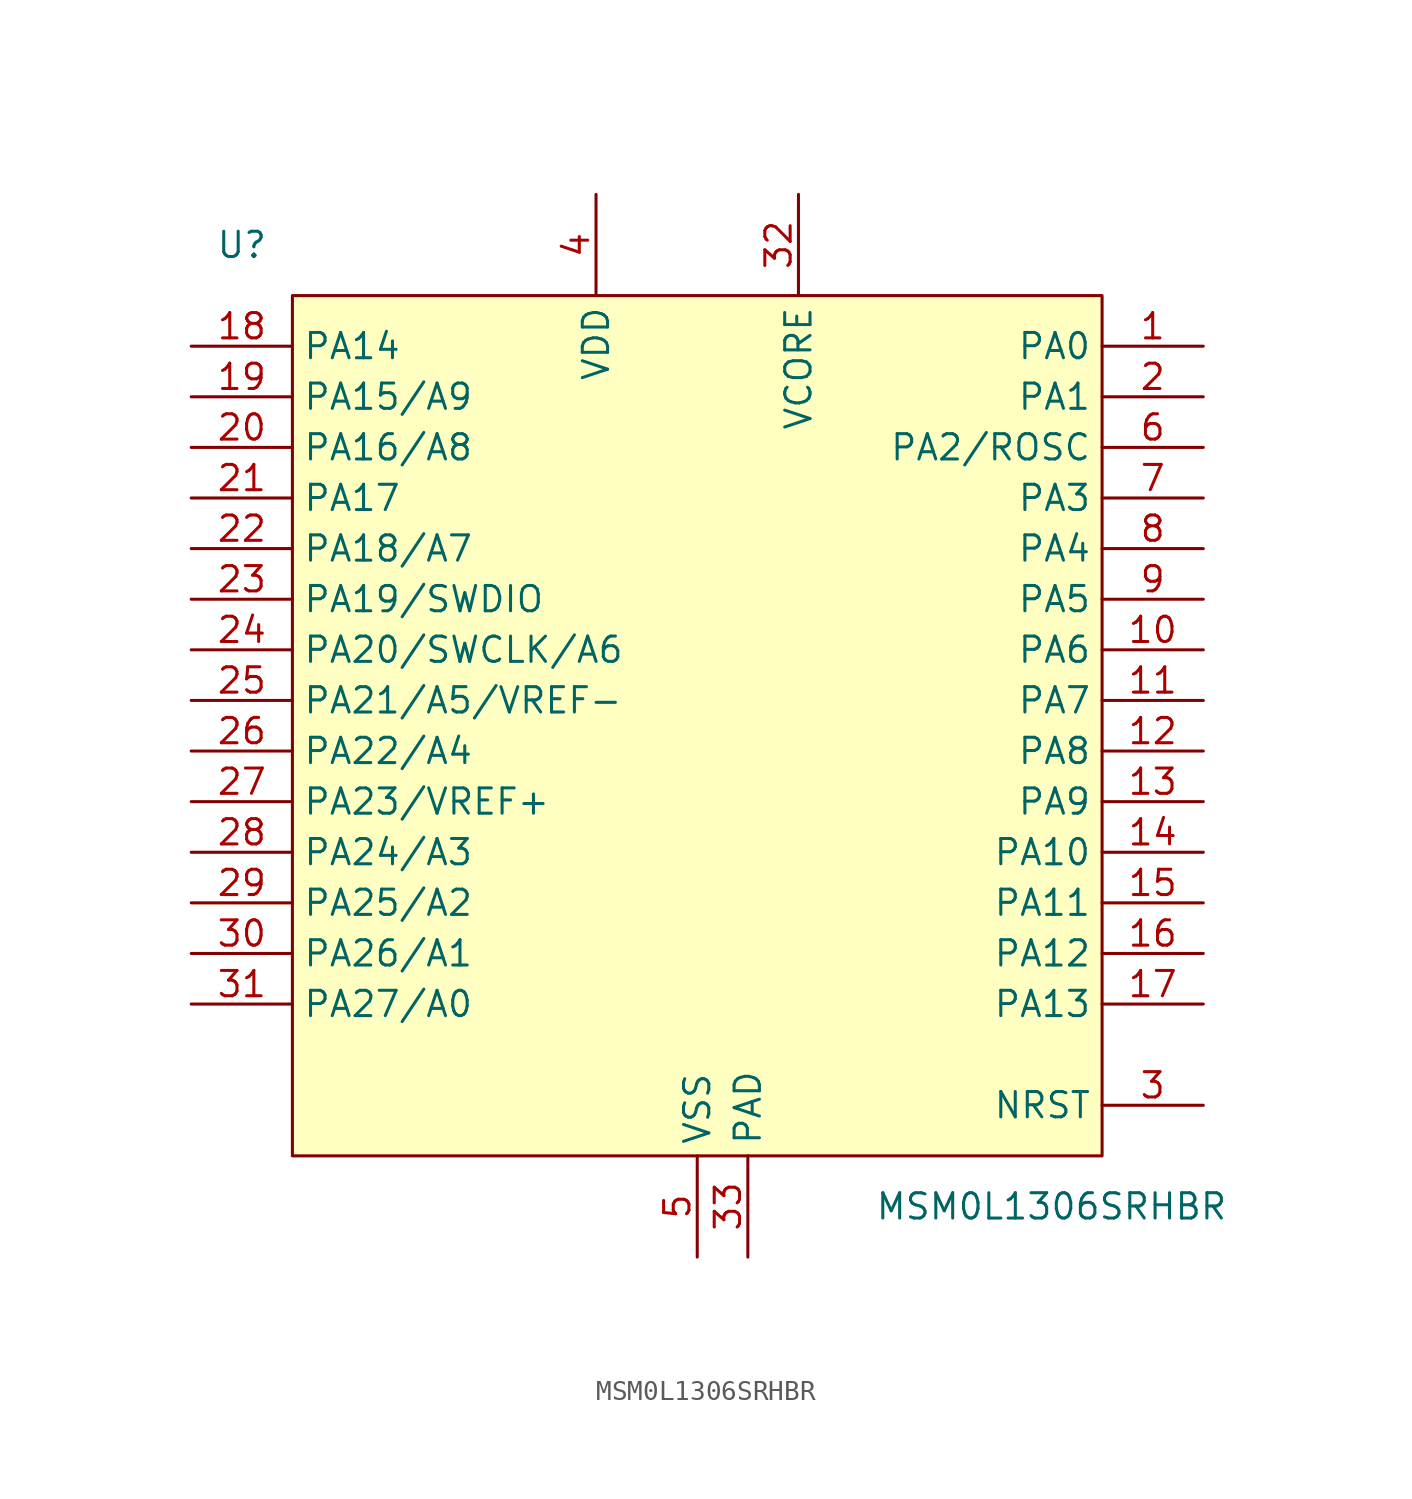
<source format=kicad_sym>
(kicad_symbol_lib
  (version 20220914)
  (generator kicad_symbol_editor)
  (symbol "MSM0L1306SRHBR"
    (property "Reference" "U"
      (at -22.86 25.4 0)
      (effects (font (size 1.27 1.27))))
    (property "Value" "MSM0L1306SRHBR"
      (at 17.78 -22.86 0)
      (effects (font (size 1.27 1.27))))
    (symbol "MSM0L1306SRHBR_0_1"
      (rectangle (start -20.32 22.86) (end 20.32 -20.32) (stroke (width 0) (type default)) (fill (type background))))
    (symbol "MSM0L1306SRHBR_1_1"
      (pin bidirectional line (at 25.4 20.32 180) (length 5.08) (name "PA0" (effects (font (size 1.27 1.27)))) (number "1" (effects (font (size 1.27 1.27)))))
      (pin bidirectional line (at 25.4 5.08 180) (length 5.08) (name "PA6" (effects (font (size 1.27 1.27)))) (number "10" (effects (font (size 1.27 1.27)))))
      (pin bidirectional line (at 25.4 2.54 180) (length 5.08) (name "PA7" (effects (font (size 1.27 1.27)))) (number "11" (effects (font (size 1.27 1.27)))))
      (pin bidirectional line (at 25.4 0 180) (length 5.08) (name "PA8" (effects (font (size 1.27 1.27)))) (number "12" (effects (font (size 1.27 1.27)))))
      (pin bidirectional line (at 25.4 -2.54 180) (length 5.08) (name "PA9" (effects (font (size 1.27 1.27)))) (number "13" (effects (font (size 1.27 1.27)))))
      (pin bidirectional line (at 25.4 -5.08 180) (length 5.08) (name "PA10" (effects (font (size 1.27 1.27)))) (number "14" (effects (font (size 1.27 1.27)))))
      (pin bidirectional line (at 25.4 -7.62 180) (length 5.08) (name "PA11" (effects (font (size 1.27 1.27)))) (number "15" (effects (font (size 1.27 1.27)))))
      (pin bidirectional line (at 25.4 -10.16 180) (length 5.08) (name "PA12" (effects (font (size 1.27 1.27)))) (number "16" (effects (font (size 1.27 1.27)))))
      (pin bidirectional line (at 25.4 -12.7 180) (length 5.08) (name "PA13" (effects (font (size 1.27 1.27)))) (number "17" (effects (font (size 1.27 1.27)))))
      (pin bidirectional line (at -25.4 20.32 0) (length 5.08) (name "PA14" (effects (font (size 1.27 1.27)))) (number "18" (effects (font (size 1.27 1.27)))))
      (pin bidirectional line (at -25.4 17.78 0) (length 5.08) (name "PA15/A9" (effects (font (size 1.27 1.27)))) (number "19" (effects (font (size 1.27 1.27)))))
      (pin bidirectional line (at 25.4 17.78 180) (length 5.08) (name "PA1" (effects (font (size 1.27 1.27)))) (number "2" (effects (font (size 1.27 1.27)))))
      (pin bidirectional line (at -25.4 15.24 0) (length 5.08) (name "PA16/A8" (effects (font (size 1.27 1.27)))) (number "20" (effects (font (size 1.27 1.27)))))
      (pin bidirectional line (at -25.4 12.7 0) (length 5.08) (name "PA17" (effects (font (size 1.27 1.27)))) (number "21" (effects (font (size 1.27 1.27)))))
      (pin bidirectional line (at -25.4 10.16 0) (length 5.08) (name "PA18/A7" (effects (font (size 1.27 1.27)))) (number "22" (effects (font (size 1.27 1.27)))))
      (pin bidirectional line (at -25.4 7.62 0) (length 5.08) (name "PA19/SWDIO" (effects (font (size 1.27 1.27)))) (number "23" (effects (font (size 1.27 1.27)))))
      (pin bidirectional line (at -25.4 5.08 0) (length 5.08) (name "PA20/SWCLK/A6" (effects (font (size 1.27 1.27)))) (number "24" (effects (font (size 1.27 1.27)))))
      (pin bidirectional line (at -25.4 2.54 0) (length 5.08) (name "PA21/A5/VREF-" (effects (font (size 1.27 1.27)))) (number "25" (effects (font (size 1.27 1.27)))))
      (pin bidirectional line (at -25.4 0 0) (length 5.08) (name "PA22/A4" (effects (font (size 1.27 1.27)))) (number "26" (effects (font (size 1.27 1.27)))))
      (pin bidirectional line (at -25.4 -2.54 0) (length 5.08) (name "PA23/VREF+" (effects (font (size 1.27 1.27)))) (number "27" (effects (font (size 1.27 1.27)))))
      (pin bidirectional line (at -25.4 -5.08 0) (length 5.08) (name "PA24/A3" (effects (font (size 1.27 1.27)))) (number "28" (effects (font (size 1.27 1.27)))))
      (pin bidirectional line (at -25.4 -7.62 0) (length 5.08) (name "PA25/A2" (effects (font (size 1.27 1.27)))) (number "29" (effects (font (size 1.27 1.27)))))
      (pin input line (at 25.4 -17.78 180) (length 5.08) (name "NRST" (effects (font (size 1.27 1.27)))) (number "3" (effects (font (size 1.27 1.27)))))
      (pin bidirectional line (at -25.4 -10.16 0) (length 5.08) (name "PA26/A1" (effects (font (size 1.27 1.27)))) (number "30" (effects (font (size 1.27 1.27)))))
      (pin bidirectional line (at -25.4 -12.7 0) (length 5.08) (name "PA27/A0" (effects (font (size 1.27 1.27)))) (number "31" (effects (font (size 1.27 1.27)))))
      (pin power_in line (at 5.08 27.94 270) (length 5.08) (name "VCORE" (effects (font (size 1.27 1.27)))) (number "32" (effects (font (size 1.27 1.27)))))
      (pin power_in line (at 2.54 -25.4 90) (length 5.08) (name "PAD" (effects (font (size 1.27 1.27)))) (number "33" (effects (font (size 1.27 1.27)))))
      (pin power_in line (at -5.08 27.94 270) (length 5.08) (name "VDD" (effects (font (size 1.27 1.27)))) (number "4" (effects (font (size 1.27 1.27)))))
      (pin power_in line (at 0 -25.4 90) (length 5.08) (name "VSS" (effects (font (size 1.27 1.27)))) (number "5" (effects (font (size 1.27 1.27)))))
      (pin bidirectional line (at 25.4 15.24 180) (length 5.08) (name "PA2/ROSC" (effects (font (size 1.27 1.27)))) (number "6" (effects (font (size 1.27 1.27)))))
      (pin bidirectional line (at 25.4 12.7 180) (length 5.08) (name "PA3" (effects (font (size 1.27 1.27)))) (number "7" (effects (font (size 1.27 1.27)))))
      (pin bidirectional line (at 25.4 10.16 180) (length 5.08) (name "PA4" (effects (font (size 1.27 1.27)))) (number "8" (effects (font (size 1.27 1.27)))))
      (pin bidirectional line (at 25.4 7.62 180) (length 5.08) (name "PA5" (effects (font (size 1.27 1.27)))) (number "9" (effects (font (size 1.27 1.27))))))))
</source>
